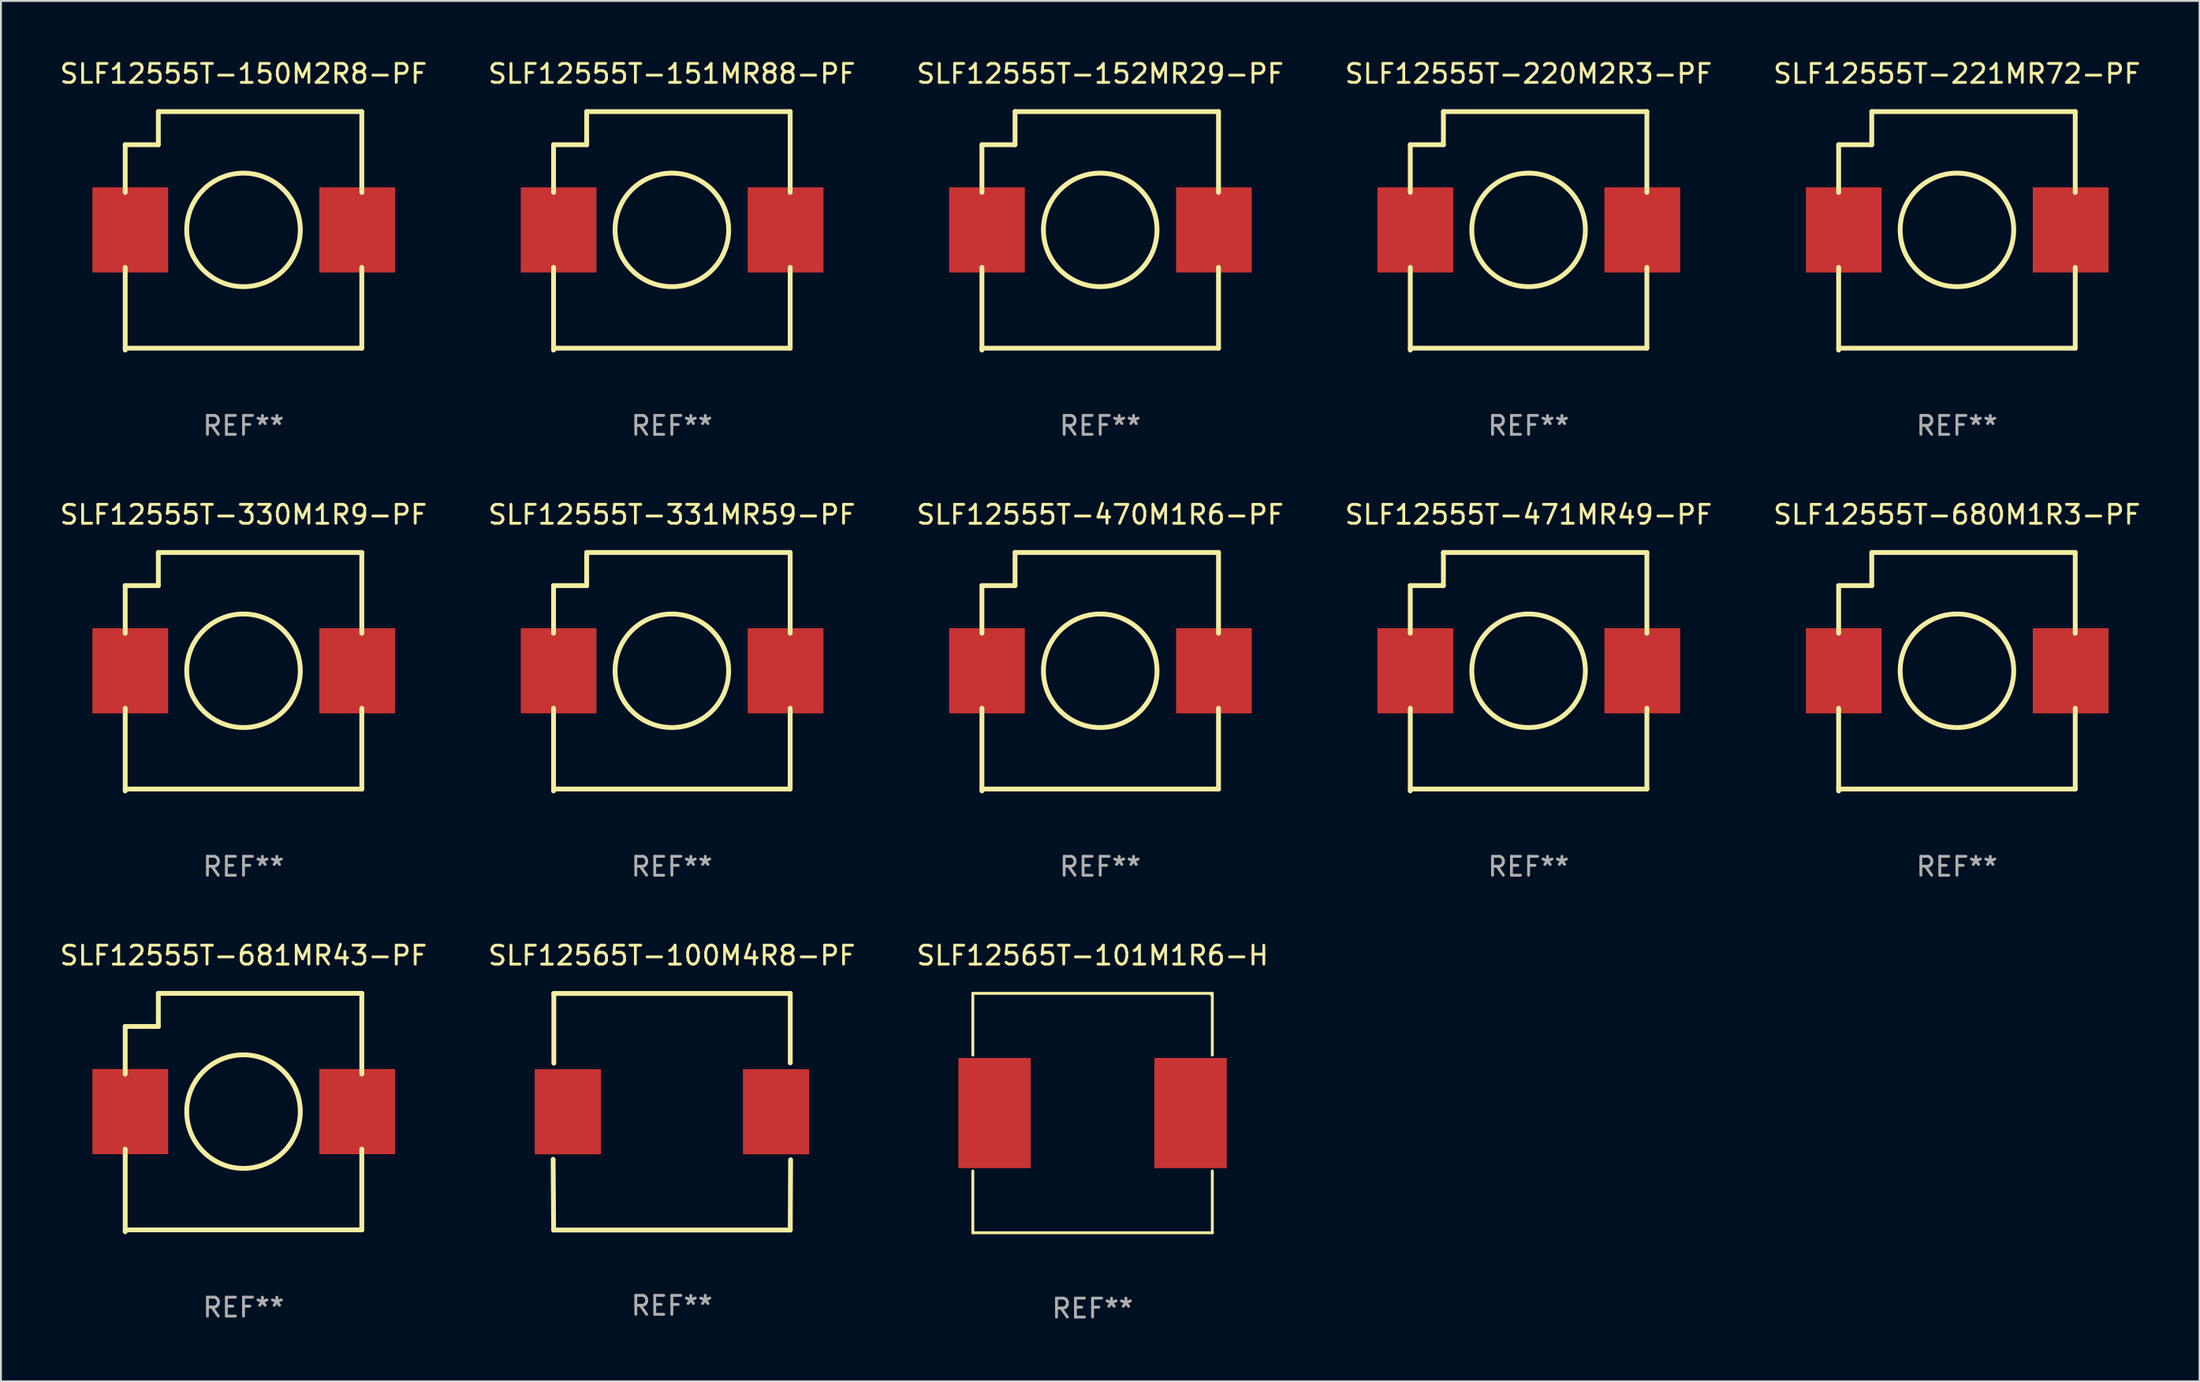
<source format=kicad_pcb>
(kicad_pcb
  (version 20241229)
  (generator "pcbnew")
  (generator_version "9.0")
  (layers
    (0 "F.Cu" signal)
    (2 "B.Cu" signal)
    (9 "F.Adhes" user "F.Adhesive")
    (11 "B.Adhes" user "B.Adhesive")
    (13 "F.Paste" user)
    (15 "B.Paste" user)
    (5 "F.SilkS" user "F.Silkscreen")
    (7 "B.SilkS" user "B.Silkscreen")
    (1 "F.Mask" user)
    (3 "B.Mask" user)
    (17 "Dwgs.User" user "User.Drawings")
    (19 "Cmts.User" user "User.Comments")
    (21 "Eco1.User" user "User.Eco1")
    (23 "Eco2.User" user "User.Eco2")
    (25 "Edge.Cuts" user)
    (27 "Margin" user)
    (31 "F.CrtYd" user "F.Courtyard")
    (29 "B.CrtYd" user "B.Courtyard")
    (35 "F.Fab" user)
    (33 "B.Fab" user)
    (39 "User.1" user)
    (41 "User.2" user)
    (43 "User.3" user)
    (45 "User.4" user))
  (footprint "SLF12555T-152MR29-PF"
    (layer "F.Cu")
    (at 55.077 9.148)
    (property "Reference" "SLF12555T-152MR29-PF" (at 0 -8.3 0) (layer "F.SilkS") (effects (font (size 1 1) (thickness 0.15))))
    (attr through_hole)
    (fp_line (start -6.25 -4.55) (end -6.25 -2.031) (stroke (width 0.254) (type solid)) (layer "F.SilkS"))
    (fp_line (start -6.25 -4.55) (end -4.5 -4.55) (stroke (width 0.254) (type solid)) (layer "F.SilkS"))
    (fp_line (start -6.25 1.931) (end -6.25 6.3) (stroke (width 0.254) (type solid)) (layer "F.SilkS"))
    (fp_line (start -6.25 6.2) (end 6.25 6.2) (stroke (width 0.254) (type solid)) (layer "F.SilkS"))
    (fp_line (start -4.5 -6.3) (end 6.25 -6.3) (stroke (width 0.254) (type solid)) (layer "F.SilkS"))
    (fp_line (start -4.5 -4.55) (end -4.5 -6.3) (stroke (width 0.254) (type solid)) (layer "F.SilkS"))
    (fp_line (start 6.25 -6.3) (end 6.25 -2.031) (stroke (width 0.254) (type solid)) (layer "F.SilkS"))
    (fp_line (start 6.25 1.931) (end 6.25 6.2) (stroke (width 0.254) (type solid)) (layer "F.SilkS"))
    (fp_circle (center -6.237 6.2) (end -6.207 6.2) (stroke (width 0.06) (type solid)) (fill no) (layer "F.SilkS"))
    (fp_circle (center 0 -0.05) (end 3 -0.05) (stroke (width 0.254) (type solid)) (fill no) (layer "F.SilkS"))
    (fp_text user "REF**" (at 0 10.3 0) (layer "F.Fab") (effects (font (size 1 1) (thickness 0.15))))
    (pad "1" smd rect (at -5.982 -0.05) (size 4 4.5) (layers "F.Cu" "F.Mask" "F.Paste"))
    (pad "2" smd rect (at 6.007 -0.05) (size 4 4.5) (layers "F.Cu" "F.Mask" "F.Paste")))
  (footprint "SLF12555T-150M2R8-PF"
    (layer "F.Cu")
    (at 9.815 9.148)
    (property "Reference" "SLF12555T-150M2R8-PF" (at 0 -8.3 0) (layer "F.SilkS") (effects (font (size 1 1) (thickness 0.15))))
    (attr through_hole)
    (fp_line (start -6.25 -4.55) (end -6.25 -2.031) (stroke (width 0.254) (type solid)) (layer "F.SilkS"))
    (fp_line (start -6.25 -4.55) (end -4.5 -4.55) (stroke (width 0.254) (type solid)) (layer "F.SilkS"))
    (fp_line (start -6.25 1.931) (end -6.25 6.3) (stroke (width 0.254) (type solid)) (layer "F.SilkS"))
    (fp_line (start -6.25 6.2) (end 6.25 6.2) (stroke (width 0.254) (type solid)) (layer "F.SilkS"))
    (fp_line (start -4.5 -6.3) (end 6.25 -6.3) (stroke (width 0.254) (type solid)) (layer "F.SilkS"))
    (fp_line (start -4.5 -4.55) (end -4.5 -6.3) (stroke (width 0.254) (type solid)) (layer "F.SilkS"))
    (fp_line (start 6.25 -6.3) (end 6.25 -2.031) (stroke (width 0.254) (type solid)) (layer "F.SilkS"))
    (fp_line (start 6.25 1.931) (end 6.25 6.2) (stroke (width 0.254) (type solid)) (layer "F.SilkS"))
    (fp_circle (center -6.237 6.2) (end -6.207 6.2) (stroke (width 0.06) (type solid)) (fill no) (layer "F.SilkS"))
    (fp_circle (center 0 -0.05) (end 3 -0.05) (stroke (width 0.254) (type solid)) (fill no) (layer "F.SilkS"))
    (fp_text user "REF**" (at 0 10.3 0) (layer "F.Fab") (effects (font (size 1 1) (thickness 0.15))))
    (pad "1" smd rect (at -5.982 -0.05) (size 4 4.5) (layers "F.Cu" "F.Mask" "F.Paste"))
    (pad "2" smd rect (at 6.007 -0.05) (size 4 4.5) (layers "F.Cu" "F.Mask" "F.Paste")))
  (footprint "SLF12555T-470M1R6-PF"
    (layer "F.Cu")
    (at 55.077 32.445)
    (property "Reference" "SLF12555T-470M1R6-PF" (at 0 -8.3 0) (layer "F.SilkS") (effects (font (size 1 1) (thickness 0.15))))
    (attr through_hole)
    (fp_line (start -6.25 -4.55) (end -6.25 -2.031) (stroke (width 0.254) (type solid)) (layer "F.SilkS"))
    (fp_line (start -6.25 -4.55) (end -4.5 -4.55) (stroke (width 0.254) (type solid)) (layer "F.SilkS"))
    (fp_line (start -6.25 1.931) (end -6.25 6.3) (stroke (width 0.254) (type solid)) (layer "F.SilkS"))
    (fp_line (start -6.25 6.2) (end 6.25 6.2) (stroke (width 0.254) (type solid)) (layer "F.SilkS"))
    (fp_line (start -4.5 -6.3) (end 6.25 -6.3) (stroke (width 0.254) (type solid)) (layer "F.SilkS"))
    (fp_line (start -4.5 -4.55) (end -4.5 -6.3) (stroke (width 0.254) (type solid)) (layer "F.SilkS"))
    (fp_line (start 6.25 -6.3) (end 6.25 -2.031) (stroke (width 0.254) (type solid)) (layer "F.SilkS"))
    (fp_line (start 6.25 1.931) (end 6.25 6.2) (stroke (width 0.254) (type solid)) (layer "F.SilkS"))
    (fp_circle (center -6.237 6.2) (end -6.207 6.2) (stroke (width 0.06) (type solid)) (fill no) (layer "F.SilkS"))
    (fp_circle (center 0 -0.05) (end 3 -0.05) (stroke (width 0.254) (type solid)) (fill no) (layer "F.SilkS"))
    (fp_text user "REF**" (at 0 10.3 0) (layer "F.Fab") (effects (font (size 1 1) (thickness 0.15))))
    (pad "1" smd rect (at -5.982 -0.05) (size 4 4.5) (layers "F.Cu" "F.Mask" "F.Paste"))
    (pad "2" smd rect (at 6.007 -0.05) (size 4 4.5) (layers "F.Cu" "F.Mask" "F.Paste")))
  (footprint "SLF12555T-681MR43-PF"
    (layer "F.Cu")
    (at 9.815 55.741)
    (property "Reference" "SLF12555T-681MR43-PF" (at 0 -8.3 0) (layer "F.SilkS") (effects (font (size 1 1) (thickness 0.15))))
    (attr through_hole)
    (fp_line (start -6.25 -4.55) (end -6.25 -2.031) (stroke (width 0.254) (type solid)) (layer "F.SilkS"))
    (fp_line (start -6.25 -4.55) (end -4.5 -4.55) (stroke (width 0.254) (type solid)) (layer "F.SilkS"))
    (fp_line (start -6.25 1.931) (end -6.25 6.3) (stroke (width 0.254) (type solid)) (layer "F.SilkS"))
    (fp_line (start -6.25 6.2) (end 6.25 6.2) (stroke (width 0.254) (type solid)) (layer "F.SilkS"))
    (fp_line (start -4.5 -6.3) (end 6.25 -6.3) (stroke (width 0.254) (type solid)) (layer "F.SilkS"))
    (fp_line (start -4.5 -4.55) (end -4.5 -6.3) (stroke (width 0.254) (type solid)) (layer "F.SilkS"))
    (fp_line (start 6.25 -6.3) (end 6.25 -2.031) (stroke (width 0.254) (type solid)) (layer "F.SilkS"))
    (fp_line (start 6.25 1.931) (end 6.25 6.2) (stroke (width 0.254) (type solid)) (layer "F.SilkS"))
    (fp_circle (center -6.237 6.2) (end -6.207 6.2) (stroke (width 0.06) (type solid)) (fill no) (layer "F.SilkS"))
    (fp_circle (center 0 -0.05) (end 3 -0.05) (stroke (width 0.254) (type solid)) (fill no) (layer "F.SilkS"))
    (fp_text user "REF**" (at 0 10.3 0) (layer "F.Fab") (effects (font (size 1 1) (thickness 0.15))))
    (pad "1" smd rect (at -5.982 -0.05) (size 4 4.5) (layers "F.Cu" "F.Mask" "F.Paste"))
    (pad "2" smd rect (at 6.007 -0.05) (size 4 4.5) (layers "F.Cu" "F.Mask" "F.Paste")))
  (footprint "SLF12555T-330M1R9-PF"
    (layer "F.Cu")
    (at 9.815 32.445)
    (property "Reference" "SLF12555T-330M1R9-PF" (at 0 -8.3 0) (layer "F.SilkS") (effects (font (size 1 1) (thickness 0.15))))
    (attr through_hole)
    (fp_line (start -6.25 -4.55) (end -6.25 -2.031) (stroke (width 0.254) (type solid)) (layer "F.SilkS"))
    (fp_line (start -6.25 -4.55) (end -4.5 -4.55) (stroke (width 0.254) (type solid)) (layer "F.SilkS"))
    (fp_line (start -6.25 1.931) (end -6.25 6.3) (stroke (width 0.254) (type solid)) (layer "F.SilkS"))
    (fp_line (start -6.25 6.2) (end 6.25 6.2) (stroke (width 0.254) (type solid)) (layer "F.SilkS"))
    (fp_line (start -4.5 -6.3) (end 6.25 -6.3) (stroke (width 0.254) (type solid)) (layer "F.SilkS"))
    (fp_line (start -4.5 -4.55) (end -4.5 -6.3) (stroke (width 0.254) (type solid)) (layer "F.SilkS"))
    (fp_line (start 6.25 -6.3) (end 6.25 -2.031) (stroke (width 0.254) (type solid)) (layer "F.SilkS"))
    (fp_line (start 6.25 1.931) (end 6.25 6.2) (stroke (width 0.254) (type solid)) (layer "F.SilkS"))
    (fp_circle (center -6.237 6.2) (end -6.207 6.2) (stroke (width 0.06) (type solid)) (fill no) (layer "F.SilkS"))
    (fp_circle (center 0 -0.05) (end 3 -0.05) (stroke (width 0.254) (type solid)) (fill no) (layer "F.SilkS"))
    (fp_text user "REF**" (at 0 10.3 0) (layer "F.Fab") (effects (font (size 1 1) (thickness 0.15))))
    (pad "1" smd rect (at -5.982 -0.05) (size 4 4.5) (layers "F.Cu" "F.Mask" "F.Paste"))
    (pad "2" smd rect (at 6.007 -0.05) (size 4 4.5) (layers "F.Cu" "F.Mask" "F.Paste")))
  (footprint "SLF12555T-331MR59-PF"
    (layer "F.Cu")
    (at 32.446 32.445)
    (property "Reference" "SLF12555T-331MR59-PF" (at 0 -8.3 0) (layer "F.SilkS") (effects (font (size 1 1) (thickness 0.15))))
    (attr through_hole)
    (fp_line (start -6.25 -4.55) (end -6.25 -2.031) (stroke (width 0.254) (type solid)) (layer "F.SilkS"))
    (fp_line (start -6.25 -4.55) (end -4.5 -4.55) (stroke (width 0.254) (type solid)) (layer "F.SilkS"))
    (fp_line (start -6.25 1.931) (end -6.25 6.3) (stroke (width 0.254) (type solid)) (layer "F.SilkS"))
    (fp_line (start -6.25 6.2) (end 6.25 6.2) (stroke (width 0.254) (type solid)) (layer "F.SilkS"))
    (fp_line (start -4.5 -6.3) (end 6.25 -6.3) (stroke (width 0.254) (type solid)) (layer "F.SilkS"))
    (fp_line (start -4.5 -4.55) (end -4.5 -6.3) (stroke (width 0.254) (type solid)) (layer "F.SilkS"))
    (fp_line (start 6.25 -6.3) (end 6.25 -2.031) (stroke (width 0.254) (type solid)) (layer "F.SilkS"))
    (fp_line (start 6.25 1.931) (end 6.25 6.2) (stroke (width 0.254) (type solid)) (layer "F.SilkS"))
    (fp_circle (center -6.237 6.2) (end -6.207 6.2) (stroke (width 0.06) (type solid)) (fill no) (layer "F.SilkS"))
    (fp_circle (center 0 -0.05) (end 3 -0.05) (stroke (width 0.254) (type solid)) (fill no) (layer "F.SilkS"))
    (fp_text user "REF**" (at 0 10.3 0) (layer "F.Fab") (effects (font (size 1 1) (thickness 0.15))))
    (pad "1" smd rect (at -5.982 -0.05) (size 4 4.5) (layers "F.Cu" "F.Mask" "F.Paste"))
    (pad "2" smd rect (at 6.007 -0.05) (size 4 4.5) (layers "F.Cu" "F.Mask" "F.Paste")))
  (footprint "SLF12555T-471MR49-PF"
    (layer "F.Cu")
    (at 77.708 32.445)
    (property "Reference" "SLF12555T-471MR49-PF" (at 0 -8.3 0) (layer "F.SilkS") (effects (font (size 1 1) (thickness 0.15))))
    (attr through_hole)
    (fp_line (start -6.25 -4.55) (end -6.25 -2.031) (stroke (width 0.254) (type solid)) (layer "F.SilkS"))
    (fp_line (start -6.25 -4.55) (end -4.5 -4.55) (stroke (width 0.254) (type solid)) (layer "F.SilkS"))
    (fp_line (start -6.25 1.931) (end -6.25 6.3) (stroke (width 0.254) (type solid)) (layer "F.SilkS"))
    (fp_line (start -6.25 6.2) (end 6.25 6.2) (stroke (width 0.254) (type solid)) (layer "F.SilkS"))
    (fp_line (start -4.5 -6.3) (end 6.25 -6.3) (stroke (width 0.254) (type solid)) (layer "F.SilkS"))
    (fp_line (start -4.5 -4.55) (end -4.5 -6.3) (stroke (width 0.254) (type solid)) (layer "F.SilkS"))
    (fp_line (start 6.25 -6.3) (end 6.25 -2.031) (stroke (width 0.254) (type solid)) (layer "F.SilkS"))
    (fp_line (start 6.25 1.931) (end 6.25 6.2) (stroke (width 0.254) (type solid)) (layer "F.SilkS"))
    (fp_circle (center -6.237 6.2) (end -6.207 6.2) (stroke (width 0.06) (type solid)) (fill no) (layer "F.SilkS"))
    (fp_circle (center 0 -0.05) (end 3 -0.05) (stroke (width 0.254) (type solid)) (fill no) (layer "F.SilkS"))
    (fp_text user "REF**" (at 0 10.3 0) (layer "F.Fab") (effects (font (size 1 1) (thickness 0.15))))
    (pad "1" smd rect (at -5.982 -0.05) (size 4 4.5) (layers "F.Cu" "F.Mask" "F.Paste"))
    (pad "2" smd rect (at 6.007 -0.05) (size 4 4.5) (layers "F.Cu" "F.Mask" "F.Paste")))
  (footprint "SLF12565T-101M1R6-H"
    (layer "F.Cu")
    (at 54.673 55.767)
    (property "Reference" "SLF12565T-101M1R6-H" (at 0 -8.326 0) (layer "F.SilkS") (effects (font (size 1 1) (thickness 0.15))))
    (attr through_hole)
    (fp_line (start -6.326 -6.326) (end 6.326 -6.326) (stroke (width 0.152) (type solid)) (layer "F.SilkS"))
    (fp_line (start -6.326 -3.062) (end -6.326 -6.326) (stroke (width 0.152) (type solid)) (layer "F.SilkS"))
    (fp_line (start -6.326 3.062) (end -6.326 6.326) (stroke (width 0.152) (type solid)) (layer "F.SilkS"))
    (fp_line (start -6.326 6.326) (end 6.326 6.326) (stroke (width 0.152) (type solid)) (layer "F.SilkS"))
    (fp_line (start 6.326 -6.326) (end 6.326 -3.062) (stroke (width 0.152) (type solid)) (layer "F.SilkS"))
    (fp_line (start 6.326 6.326) (end 6.326 3.062) (stroke (width 0.152) (type solid)) (layer "F.SilkS"))
    (fp_circle (center 6.25 -6.25) (end 6.28 -6.25) (stroke (width 0.06) (type solid)) (fill no) (layer "F.SilkS"))
    (fp_text user "REF**" (at 0 10.326 0) (layer "F.Fab") (effects (font (size 1 1) (thickness 0.15))))
    (pad "1" smd rect (at 5.178 0) (size 3.824 5.82) (layers "F.Cu" "F.Mask" "F.Paste"))
    (pad "2" smd rect (at -5.178 0) (size 3.824 5.82) (layers "F.Cu" "F.Mask" "F.Paste")))
  (footprint "SLF12565T-100M4R8-PF"
    (layer "F.Cu")
    (at 32.446 55.694)
    (property "Reference" "SLF12565T-100M4R8-PF" (at 0 -8.253 0) (layer "F.SilkS") (effects (font (size 1 1) (thickness 0.15))))
    (attr through_hole)
    (fp_line (start -6.273 2.518) (end -6.245 6.253) (stroke (width 0.254) (type solid)) (layer "F.SilkS"))
    (fp_line (start -6.245 -6.247) (end 6.255 -6.247) (stroke (width 0.254) (type solid)) (layer "F.SilkS"))
    (fp_line (start -6.245 6.253) (end 6.255 6.253) (stroke (width 0.254) (type solid)) (layer "F.SilkS"))
    (fp_line (start -6.236 -6.237) (end -6.236 -2.562) (stroke (width 0.254) (type solid)) (layer "F.SilkS"))
    (fp_line (start 6.255 -6.253) (end 6.255 -2.578) (stroke (width 0.254) (type solid)) (layer "F.SilkS"))
    (fp_line (start 6.255 6.253) (end 6.273 2.543) (stroke (width 0.254) (type solid)) (layer "F.SilkS"))
    (fp_circle (center -6.245 6.253) (end -6.215 6.253) (stroke (width 0.06) (type solid)) (fill no) (layer "F.SilkS"))
    (fp_text user "REF**" (at 0 10.253 0) (layer "F.Fab") (effects (font (size 1 1) (thickness 0.15))))
    (pad "1" smd rect (at -5.495 0.003) (size 3.5 4.5) (layers "F.Cu" "F.Mask" "F.Paste"))
    (pad "2" smd rect (at 5.505 0.003) (size 3.5 4.5) (layers "F.Cu" "F.Mask" "F.Paste")))
  (footprint "SLF12555T-221MR72-PF"
    (layer "F.Cu")
    (at 100.339 9.148)
    (property "Reference" "SLF12555T-221MR72-PF" (at 0 -8.3 0) (layer "F.SilkS") (effects (font (size 1 1) (thickness 0.15))))
    (attr through_hole)
    (fp_line (start -6.25 -4.55) (end -6.25 -2.031) (stroke (width 0.254) (type solid)) (layer "F.SilkS"))
    (fp_line (start -6.25 -4.55) (end -4.5 -4.55) (stroke (width 0.254) (type solid)) (layer "F.SilkS"))
    (fp_line (start -6.25 1.931) (end -6.25 6.3) (stroke (width 0.254) (type solid)) (layer "F.SilkS"))
    (fp_line (start -6.25 6.2) (end 6.25 6.2) (stroke (width 0.254) (type solid)) (layer "F.SilkS"))
    (fp_line (start -4.5 -6.3) (end 6.25 -6.3) (stroke (width 0.254) (type solid)) (layer "F.SilkS"))
    (fp_line (start -4.5 -4.55) (end -4.5 -6.3) (stroke (width 0.254) (type solid)) (layer "F.SilkS"))
    (fp_line (start 6.25 -6.3) (end 6.25 -2.031) (stroke (width 0.254) (type solid)) (layer "F.SilkS"))
    (fp_line (start 6.25 1.931) (end 6.25 6.2) (stroke (width 0.254) (type solid)) (layer "F.SilkS"))
    (fp_circle (center -6.237 6.2) (end -6.207 6.2) (stroke (width 0.06) (type solid)) (fill no) (layer "F.SilkS"))
    (fp_circle (center 0 -0.05) (end 3 -0.05) (stroke (width 0.254) (type solid)) (fill no) (layer "F.SilkS"))
    (fp_text user "REF**" (at 0 10.3 0) (layer "F.Fab") (effects (font (size 1 1) (thickness 0.15))))
    (pad "1" smd rect (at -5.982 -0.05) (size 4 4.5) (layers "F.Cu" "F.Mask" "F.Paste"))
    (pad "2" smd rect (at 6.007 -0.05) (size 4 4.5) (layers "F.Cu" "F.Mask" "F.Paste")))
  (footprint "SLF12555T-680M1R3-PF"
    (layer "F.Cu")
    (at 100.339 32.445)
    (property "Reference" "SLF12555T-680M1R3-PF" (at 0 -8.3 0) (layer "F.SilkS") (effects (font (size 1 1) (thickness 0.15))))
    (attr through_hole)
    (fp_line (start -6.25 -4.55) (end -6.25 -2.031) (stroke (width 0.254) (type solid)) (layer "F.SilkS"))
    (fp_line (start -6.25 -4.55) (end -4.5 -4.55) (stroke (width 0.254) (type solid)) (layer "F.SilkS"))
    (fp_line (start -6.25 1.931) (end -6.25 6.3) (stroke (width 0.254) (type solid)) (layer "F.SilkS"))
    (fp_line (start -6.25 6.2) (end 6.25 6.2) (stroke (width 0.254) (type solid)) (layer "F.SilkS"))
    (fp_line (start -4.5 -6.3) (end 6.25 -6.3) (stroke (width 0.254) (type solid)) (layer "F.SilkS"))
    (fp_line (start -4.5 -4.55) (end -4.5 -6.3) (stroke (width 0.254) (type solid)) (layer "F.SilkS"))
    (fp_line (start 6.25 -6.3) (end 6.25 -2.031) (stroke (width 0.254) (type solid)) (layer "F.SilkS"))
    (fp_line (start 6.25 1.931) (end 6.25 6.2) (stroke (width 0.254) (type solid)) (layer "F.SilkS"))
    (fp_circle (center -6.237 6.2) (end -6.207 6.2) (stroke (width 0.06) (type solid)) (fill no) (layer "F.SilkS"))
    (fp_circle (center 0 -0.05) (end 3 -0.05) (stroke (width 0.254) (type solid)) (fill no) (layer "F.SilkS"))
    (fp_text user "REF**" (at 0 10.3 0) (layer "F.Fab") (effects (font (size 1 1) (thickness 0.15))))
    (pad "1" smd rect (at -5.982 -0.05) (size 4 4.5) (layers "F.Cu" "F.Mask" "F.Paste"))
    (pad "2" smd rect (at 6.007 -0.05) (size 4 4.5) (layers "F.Cu" "F.Mask" "F.Paste")))
  (footprint "SLF12555T-220M2R3-PF"
    (layer "F.Cu")
    (at 77.708 9.148)
    (property "Reference" "SLF12555T-220M2R3-PF" (at 0 -8.3 0) (layer "F.SilkS") (effects (font (size 1 1) (thickness 0.15))))
    (attr through_hole)
    (fp_line (start -6.25 -4.55) (end -6.25 -2.031) (stroke (width 0.254) (type solid)) (layer "F.SilkS"))
    (fp_line (start -6.25 -4.55) (end -4.5 -4.55) (stroke (width 0.254) (type solid)) (layer "F.SilkS"))
    (fp_line (start -6.25 1.931) (end -6.25 6.3) (stroke (width 0.254) (type solid)) (layer "F.SilkS"))
    (fp_line (start -6.25 6.2) (end 6.25 6.2) (stroke (width 0.254) (type solid)) (layer "F.SilkS"))
    (fp_line (start -4.5 -6.3) (end 6.25 -6.3) (stroke (width 0.254) (type solid)) (layer "F.SilkS"))
    (fp_line (start -4.5 -4.55) (end -4.5 -6.3) (stroke (width 0.254) (type solid)) (layer "F.SilkS"))
    (fp_line (start 6.25 -6.3) (end 6.25 -2.031) (stroke (width 0.254) (type solid)) (layer "F.SilkS"))
    (fp_line (start 6.25 1.931) (end 6.25 6.2) (stroke (width 0.254) (type solid)) (layer "F.SilkS"))
    (fp_circle (center -6.237 6.2) (end -6.207 6.2) (stroke (width 0.06) (type solid)) (fill no) (layer "F.SilkS"))
    (fp_circle (center 0 -0.05) (end 3 -0.05) (stroke (width 0.254) (type solid)) (fill no) (layer "F.SilkS"))
    (fp_text user "REF**" (at 0 10.3 0) (layer "F.Fab") (effects (font (size 1 1) (thickness 0.15))))
    (pad "1" smd rect (at -5.982 -0.05) (size 4 4.5) (layers "F.Cu" "F.Mask" "F.Paste"))
    (pad "2" smd rect (at 6.007 -0.05) (size 4 4.5) (layers "F.Cu" "F.Mask" "F.Paste")))
  (footprint "SLF12555T-151MR88-PF"
    (layer "F.Cu")
    (at 32.446 9.148)
    (property "Reference" "SLF12555T-151MR88-PF" (at 0 -8.3 0) (layer "F.SilkS") (effects (font (size 1 1) (thickness 0.15))))
    (attr through_hole)
    (fp_line (start -6.25 -4.55) (end -6.25 -2.031) (stroke (width 0.254) (type solid)) (layer "F.SilkS"))
    (fp_line (start -6.25 -4.55) (end -4.5 -4.55) (stroke (width 0.254) (type solid)) (layer "F.SilkS"))
    (fp_line (start -6.25 1.931) (end -6.25 6.3) (stroke (width 0.254) (type solid)) (layer "F.SilkS"))
    (fp_line (start -6.25 6.2) (end 6.25 6.2) (stroke (width 0.254) (type solid)) (layer "F.SilkS"))
    (fp_line (start -4.5 -6.3) (end 6.25 -6.3) (stroke (width 0.254) (type solid)) (layer "F.SilkS"))
    (fp_line (start -4.5 -4.55) (end -4.5 -6.3) (stroke (width 0.254) (type solid)) (layer "F.SilkS"))
    (fp_line (start 6.25 -6.3) (end 6.25 -2.031) (stroke (width 0.254) (type solid)) (layer "F.SilkS"))
    (fp_line (start 6.25 1.931) (end 6.25 6.2) (stroke (width 0.254) (type solid)) (layer "F.SilkS"))
    (fp_circle (center -6.237 6.2) (end -6.207 6.2) (stroke (width 0.06) (type solid)) (fill no) (layer "F.SilkS"))
    (fp_circle (center 0 -0.05) (end 3 -0.05) (stroke (width 0.254) (type solid)) (fill no) (layer "F.SilkS"))
    (fp_text user "REF**" (at 0 10.3 0) (layer "F.Fab") (effects (font (size 1 1) (thickness 0.15))))
    (pad "1" smd rect (at -5.982 -0.05) (size 4 4.5) (layers "F.Cu" "F.Mask" "F.Paste"))
    (pad "2" smd rect (at 6.007 -0.05) (size 4 4.5) (layers "F.Cu" "F.Mask" "F.Paste")))
  (gr_rect
    (start -3 -3)
    (end 113.155 69.942)
    (stroke (width 0.1) (type default))
    (fill no)
    (layer "Edge.Cuts")))
</source>
